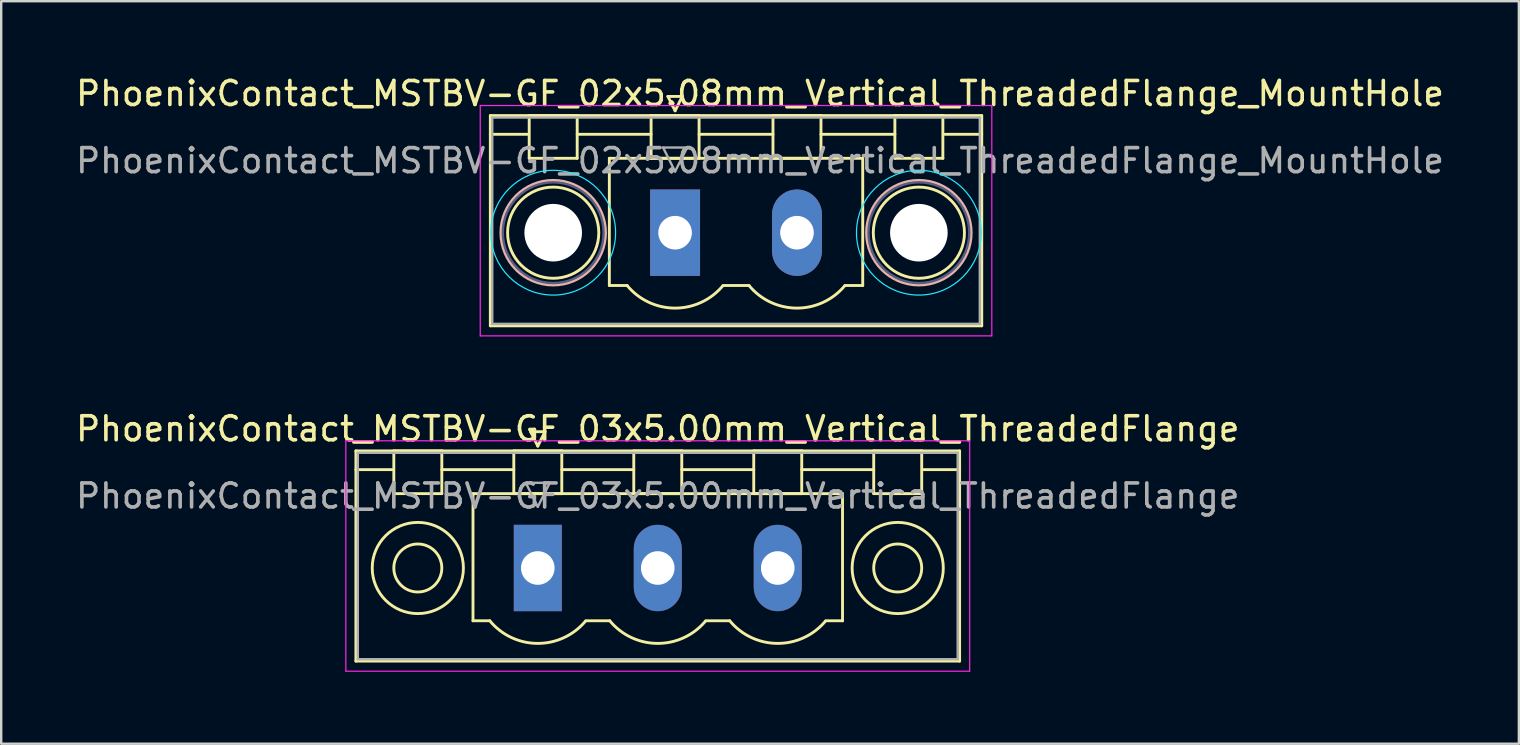
<source format=kicad_pcb>
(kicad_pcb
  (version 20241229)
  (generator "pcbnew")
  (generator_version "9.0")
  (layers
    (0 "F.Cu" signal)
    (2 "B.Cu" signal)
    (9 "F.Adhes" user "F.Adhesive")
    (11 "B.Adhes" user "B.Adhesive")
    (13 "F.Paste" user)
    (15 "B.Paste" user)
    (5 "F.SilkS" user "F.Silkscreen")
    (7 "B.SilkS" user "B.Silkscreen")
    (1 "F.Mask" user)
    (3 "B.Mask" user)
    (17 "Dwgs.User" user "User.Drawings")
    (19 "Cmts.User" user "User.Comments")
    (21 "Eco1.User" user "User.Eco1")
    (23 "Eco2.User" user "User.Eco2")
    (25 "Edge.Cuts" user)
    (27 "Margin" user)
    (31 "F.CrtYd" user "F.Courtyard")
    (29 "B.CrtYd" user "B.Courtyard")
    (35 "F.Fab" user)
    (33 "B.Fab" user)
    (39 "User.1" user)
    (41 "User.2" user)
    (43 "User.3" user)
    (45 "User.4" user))
  (footprint "PhoenixContact_MSTBV-GF_02x5.08mm_Vertical_ThreadedFlange_MountHole"
    (layer "F.Cu")
    (at 25.085 6.648)
    (property "Reference" "PhoenixContact_MSTBV-GF_02x5.08mm_Vertical_ThreadedFlange_MountHole" (at 3.54 -5.8 0) (layer "F.SilkS") (effects (font (size 1 1) (thickness 0.15))))
    (attr through_hole)
    (fp_line (start -7.7 -4.88) (end -7.7 3.88) (stroke (width 0.12) (type solid)) (layer "F.SilkS"))
    (fp_line (start -7.7 -4.1) (end -6.16 -4.1) (stroke (width 0.12) (type solid)) (layer "F.SilkS"))
    (fp_line (start -7.7 3.88) (end 12.78 3.88) (stroke (width 0.12) (type solid)) (layer "F.SilkS"))
    (fp_line (start -6.08 -4.88) (end -4.08 -4.88) (stroke (width 0.12) (type solid)) (layer "F.SilkS"))
    (fp_line (start -6.08 -3.1) (end -6.08 -4.88) (stroke (width 0.12) (type solid)) (layer "F.SilkS"))
    (fp_line (start -4.08 -4.88) (end -4.08 -3.1) (stroke (width 0.12) (type solid)) (layer "F.SilkS"))
    (fp_line (start -4.08 -4.1) (end -1 -4.1) (stroke (width 0.12) (type solid)) (layer "F.SilkS"))
    (fp_line (start -4.08 -3.1) (end -6.08 -3.1) (stroke (width 0.12) (type solid)) (layer "F.SilkS"))
    (fp_line (start -2.74 -3.1) (end 7.82 -3.1) (stroke (width 0.12) (type solid)) (layer "F.SilkS"))
    (fp_line (start -2.74 2.2) (end -2.74 -3.1) (stroke (width 0.12) (type solid)) (layer "F.SilkS"))
    (fp_line (start -2 2.2) (end -2.74 2.2) (stroke (width 0.12) (type solid)) (layer "F.SilkS"))
    (fp_line (start -1 -4.88) (end 1 -4.88) (stroke (width 0.12) (type solid)) (layer "F.SilkS"))
    (fp_line (start -1 -3.1) (end -1 -4.88) (stroke (width 0.12) (type solid)) (layer "F.SilkS"))
    (fp_line (start -0.3 -5.68) (end 0.3 -5.68) (stroke (width 0.12) (type solid)) (layer "F.SilkS"))
    (fp_line (start 0 -5.08) (end -0.3 -5.68) (stroke (width 0.12) (type solid)) (layer "F.SilkS"))
    (fp_line (start 0.3 -5.68) (end 0 -5.08) (stroke (width 0.12) (type solid)) (layer "F.SilkS"))
    (fp_line (start 1 -4.88) (end 1 -3.1) (stroke (width 0.12) (type solid)) (layer "F.SilkS"))
    (fp_line (start 1 -4.1) (end 4.08 -4.1) (stroke (width 0.12) (type solid)) (layer "F.SilkS"))
    (fp_line (start 1 -3.1) (end -1 -3.1) (stroke (width 0.12) (type solid)) (layer "F.SilkS"))
    (fp_line (start 2 2.2) (end 3.08 2.2) (stroke (width 0.12) (type solid)) (layer "F.SilkS"))
    (fp_line (start 4.08 -4.88) (end 6.08 -4.88) (stroke (width 0.12) (type solid)) (layer "F.SilkS"))
    (fp_line (start 4.08 -3.1) (end 4.08 -4.88) (stroke (width 0.12) (type solid)) (layer "F.SilkS"))
    (fp_line (start 6.08 -4.88) (end 6.08 -3.1) (stroke (width 0.12) (type solid)) (layer "F.SilkS"))
    (fp_line (start 6.08 -4.1) (end 9.16 -4.1) (stroke (width 0.12) (type solid)) (layer "F.SilkS"))
    (fp_line (start 6.08 -3.1) (end 4.08 -3.1) (stroke (width 0.12) (type solid)) (layer "F.SilkS"))
    (fp_line (start 7.82 -3.1) (end 7.82 2.2) (stroke (width 0.12) (type solid)) (layer "F.SilkS"))
    (fp_line (start 7.82 2.2) (end 7.08 2.2) (stroke (width 0.12) (type solid)) (layer "F.SilkS"))
    (fp_line (start 9.16 -4.88) (end 11.16 -4.88) (stroke (width 0.12) (type solid)) (layer "F.SilkS"))
    (fp_line (start 9.16 -3.1) (end 9.16 -4.88) (stroke (width 0.12) (type solid)) (layer "F.SilkS"))
    (fp_line (start 11.16 -4.88) (end 11.16 -3.1) (stroke (width 0.12) (type solid)) (layer "F.SilkS"))
    (fp_line (start 11.16 -3.1) (end 9.16 -3.1) (stroke (width 0.12) (type solid)) (layer "F.SilkS"))
    (fp_line (start 12.78 -4.88) (end -7.7 -4.88) (stroke (width 0.12) (type solid)) (layer "F.SilkS"))
    (fp_line (start 12.78 -4.1) (end 11.24 -4.1) (stroke (width 0.12) (type solid)) (layer "F.SilkS"))
    (fp_line (start 12.78 3.88) (end 12.78 -4.88) (stroke (width 0.12) (type solid)) (layer "F.SilkS"))
    (fp_arc (start 1.986842 2.215821) (mid -0.010289 3.142758) (end -2 2.2) (stroke (width 0.12) (type solid)) (layer "F.SilkS"))
    (fp_arc (start 7.066842 2.215821) (mid 5.069711 3.142758) (end 3.08 2.2) (stroke (width 0.12) (type solid)) (layer "F.SilkS"))
    (fp_circle (center -5.08 0) (end -3.18 0) (stroke (width 0.12) (type solid)) (fill no) (layer "F.SilkS"))
    (fp_circle (center 10.16 0) (end 12.06 0) (stroke (width 0.12) (type solid)) (fill no) (layer "F.SilkS"))
    (fp_circle (center -5.08 0) (end -2.9 0) (stroke (width 0.12) (type solid)) (fill no) (layer "B.SilkS"))
    (fp_circle (center 10.16 0) (end 12.34 0) (stroke (width 0.12) (type solid)) (fill no) (layer "B.SilkS"))
    (fp_circle (center -5.08 0) (end -2.48 0) (stroke (width 0.05) (type solid)) (fill no) (layer "B.CrtYd"))
    (fp_circle (center 10.16 0) (end 12.76 0) (stroke (width 0.05) (type solid)) (fill no) (layer "B.CrtYd"))
    (fp_line (start -8.12 -5.3) (end -8.12 4.3) (stroke (width 0.05) (type solid)) (layer "F.CrtYd"))
    (fp_line (start -8.12 4.3) (end 13.2 4.3) (stroke (width 0.05) (type solid)) (layer "F.CrtYd"))
    (fp_line (start 13.2 -5.3) (end -8.12 -5.3) (stroke (width 0.05) (type solid)) (layer "F.CrtYd"))
    (fp_line (start 13.2 4.3) (end 13.2 -5.3) (stroke (width 0.05) (type solid)) (layer "F.CrtYd"))
    (fp_circle (center -5.08 0) (end -2.98 0) (stroke (width 0.1) (type solid)) (fill no) (layer "B.Fab"))
    (fp_circle (center 10.16 0) (end 12.26 0) (stroke (width 0.1) (type solid)) (fill no) (layer "B.Fab"))
    (fp_line (start -7.62 -4.8) (end -7.62 3.8) (stroke (width 0.1) (type solid)) (layer "F.Fab"))
    (fp_line (start -7.62 3.8) (end 12.7 3.8) (stroke (width 0.1) (type solid)) (layer "F.Fab"))
    (fp_line (start -0.5 -3.55) (end 0.5 -3.55) (stroke (width 0.1) (type solid)) (layer "F.Fab"))
    (fp_line (start 0 -2.55) (end -0.5 -3.55) (stroke (width 0.1) (type solid)) (layer "F.Fab"))
    (fp_line (start 0.5 -3.55) (end 0 -2.55) (stroke (width 0.1) (type solid)) (layer "F.Fab"))
    (fp_line (start 12.7 -4.8) (end -7.62 -4.8) (stroke (width 0.1) (type solid)) (layer "F.Fab"))
    (fp_line (start 12.7 3.8) (end 12.7 -4.8) (stroke (width 0.1) (type solid)) (layer "F.Fab"))
    (fp_text user "${REFERENCE}" (at 3.54 -3 0) (layer "F.Fab") (effects (font (size 1 1) (thickness 0.15))))
    (pad "" np_thru_hole circle (at -5.08 0) (size 2.4 2.4) (drill 2.4) (layers "*.Cu" "*.Mask"))
    (pad "" np_thru_hole circle (at 10.16 0) (size 2.4 2.4) (drill 2.4) (layers "*.Cu" "*.Mask"))
    (pad "1" thru_hole rect (at 0 0) (size 2.08 3.6) (drill 1.4) (layers "*.Cu" "*.Mask"))
    (pad "2" thru_hole oval (at 5.08 0) (size 2.08 3.6) (drill 1.4) (layers "*.Cu" "*.Mask")))
  (footprint "PhoenixContact_MSTBV-GF_03x5.00mm_Vertical_ThreadedFlange"
    (layer "F.Cu")
    (at 19.363 20.622)
    (property "Reference" "PhoenixContact_MSTBV-GF_03x5.00mm_Vertical_ThreadedFlange" (at 5 -5.8 0) (layer "F.SilkS") (effects (font (size 1 1) (thickness 0.15))))
    (attr through_hole)
    (fp_line (start -7.58 -4.88) (end -7.58 3.88) (stroke (width 0.12) (type solid)) (layer "F.SilkS"))
    (fp_line (start -7.58 -4.1) (end -6.08 -4.1) (stroke (width 0.12) (type solid)) (layer "F.SilkS"))
    (fp_line (start -7.58 3.88) (end 17.58 3.88) (stroke (width 0.12) (type solid)) (layer "F.SilkS"))
    (fp_line (start -6 -4.88) (end -4 -4.88) (stroke (width 0.12) (type solid)) (layer "F.SilkS"))
    (fp_line (start -6 -3.1) (end -6 -4.88) (stroke (width 0.12) (type solid)) (layer "F.SilkS"))
    (fp_line (start -4 -4.88) (end -4 -3.1) (stroke (width 0.12) (type solid)) (layer "F.SilkS"))
    (fp_line (start -4 -4.1) (end -1 -4.1) (stroke (width 0.12) (type solid)) (layer "F.SilkS"))
    (fp_line (start -4 -3.1) (end -6 -3.1) (stroke (width 0.12) (type solid)) (layer "F.SilkS"))
    (fp_line (start -2.7 -3.1) (end 12.7 -3.1) (stroke (width 0.12) (type solid)) (layer "F.SilkS"))
    (fp_line (start -2.7 2.2) (end -2.7 -3.1) (stroke (width 0.12) (type solid)) (layer "F.SilkS"))
    (fp_line (start -2 2.2) (end -2.7 2.2) (stroke (width 0.12) (type solid)) (layer "F.SilkS"))
    (fp_line (start -1 -4.88) (end 1 -4.88) (stroke (width 0.12) (type solid)) (layer "F.SilkS"))
    (fp_line (start -1 -3.1) (end -1 -4.88) (stroke (width 0.12) (type solid)) (layer "F.SilkS"))
    (fp_line (start -0.3 -5.68) (end 0.3 -5.68) (stroke (width 0.12) (type solid)) (layer "F.SilkS"))
    (fp_line (start 0 -5.08) (end -0.3 -5.68) (stroke (width 0.12) (type solid)) (layer "F.SilkS"))
    (fp_line (start 0.3 -5.68) (end 0 -5.08) (stroke (width 0.12) (type solid)) (layer "F.SilkS"))
    (fp_line (start 1 -4.88) (end 1 -3.1) (stroke (width 0.12) (type solid)) (layer "F.SilkS"))
    (fp_line (start 1 -4.1) (end 4 -4.1) (stroke (width 0.12) (type solid)) (layer "F.SilkS"))
    (fp_line (start 1 -3.1) (end -1 -3.1) (stroke (width 0.12) (type solid)) (layer "F.SilkS"))
    (fp_line (start 2 2.2) (end 3 2.2) (stroke (width 0.12) (type solid)) (layer "F.SilkS"))
    (fp_line (start 4 -4.88) (end 6 -4.88) (stroke (width 0.12) (type solid)) (layer "F.SilkS"))
    (fp_line (start 4 -3.1) (end 4 -4.88) (stroke (width 0.12) (type solid)) (layer "F.SilkS"))
    (fp_line (start 6 -4.88) (end 6 -3.1) (stroke (width 0.12) (type solid)) (layer "F.SilkS"))
    (fp_line (start 6 -4.1) (end 9 -4.1) (stroke (width 0.12) (type solid)) (layer "F.SilkS"))
    (fp_line (start 6 -3.1) (end 4 -3.1) (stroke (width 0.12) (type solid)) (layer "F.SilkS"))
    (fp_line (start 7 2.2) (end 8 2.2) (stroke (width 0.12) (type solid)) (layer "F.SilkS"))
    (fp_line (start 9 -4.88) (end 11 -4.88) (stroke (width 0.12) (type solid)) (layer "F.SilkS"))
    (fp_line (start 9 -3.1) (end 9 -4.88) (stroke (width 0.12) (type solid)) (layer "F.SilkS"))
    (fp_line (start 11 -4.88) (end 11 -3.1) (stroke (width 0.12) (type solid)) (layer "F.SilkS"))
    (fp_line (start 11 -4.1) (end 14 -4.1) (stroke (width 0.12) (type solid)) (layer "F.SilkS"))
    (fp_line (start 11 -3.1) (end 9 -3.1) (stroke (width 0.12) (type solid)) (layer "F.SilkS"))
    (fp_line (start 12.7 -3.1) (end 12.7 2.2) (stroke (width 0.12) (type solid)) (layer "F.SilkS"))
    (fp_line (start 12.7 2.2) (end 12 2.2) (stroke (width 0.12) (type solid)) (layer "F.SilkS"))
    (fp_line (start 14 -4.88) (end 16 -4.88) (stroke (width 0.12) (type solid)) (layer "F.SilkS"))
    (fp_line (start 14 -3.1) (end 14 -4.88) (stroke (width 0.12) (type solid)) (layer "F.SilkS"))
    (fp_line (start 16 -4.88) (end 16 -3.1) (stroke (width 0.12) (type solid)) (layer "F.SilkS"))
    (fp_line (start 16 -3.1) (end 14 -3.1) (stroke (width 0.12) (type solid)) (layer "F.SilkS"))
    (fp_line (start 17.58 -4.88) (end -7.58 -4.88) (stroke (width 0.12) (type solid)) (layer "F.SilkS"))
    (fp_line (start 17.58 -4.1) (end 16.08 -4.1) (stroke (width 0.12) (type solid)) (layer "F.SilkS"))
    (fp_line (start 17.58 3.88) (end 17.58 -4.88) (stroke (width 0.12) (type solid)) (layer "F.SilkS"))
    (fp_arc (start 1.986842 2.215821) (mid -0.010289 3.142758) (end -2 2.2) (stroke (width 0.12) (type solid)) (layer "F.SilkS"))
    (fp_arc (start 6.986842 2.215821) (mid 4.989711 3.142758) (end 3 2.2) (stroke (width 0.12) (type solid)) (layer "F.SilkS"))
    (fp_arc (start 11.986842 2.215821) (mid 9.989711 3.142758) (end 8 2.2) (stroke (width 0.12) (type solid)) (layer "F.SilkS"))
    (fp_circle (center -5 0) (end -4 0) (stroke (width 0.12) (type solid)) (fill no) (layer "F.SilkS"))
    (fp_circle (center -5 0) (end -3.1 0) (stroke (width 0.12) (type solid)) (fill no) (layer "F.SilkS"))
    (fp_circle (center 15 0) (end 16 0) (stroke (width 0.12) (type solid)) (fill no) (layer "F.SilkS"))
    (fp_circle (center 15 0) (end 16.9 0) (stroke (width 0.12) (type solid)) (fill no) (layer "F.SilkS"))
    (fp_line (start -8 -5.3) (end -8 4.3) (stroke (width 0.05) (type solid)) (layer "F.CrtYd"))
    (fp_line (start -8 4.3) (end 18 4.3) (stroke (width 0.05) (type solid)) (layer "F.CrtYd"))
    (fp_line (start 18 -5.3) (end -8 -5.3) (stroke (width 0.05) (type solid)) (layer "F.CrtYd"))
    (fp_line (start 18 4.3) (end 18 -5.3) (stroke (width 0.05) (type solid)) (layer "F.CrtYd"))
    (fp_line (start -7.5 -4.8) (end -7.5 3.8) (stroke (width 0.1) (type solid)) (layer "F.Fab"))
    (fp_line (start -7.5 3.8) (end 17.5 3.8) (stroke (width 0.1) (type solid)) (layer "F.Fab"))
    (fp_line (start -0.5 -3.55) (end 0.5 -3.55) (stroke (width 0.1) (type solid)) (layer "F.Fab"))
    (fp_line (start 0 -2.55) (end -0.5 -3.55) (stroke (width 0.1) (type solid)) (layer "F.Fab"))
    (fp_line (start 0.5 -3.55) (end 0 -2.55) (stroke (width 0.1) (type solid)) (layer "F.Fab"))
    (fp_line (start 17.5 -4.8) (end -7.5 -4.8) (stroke (width 0.1) (type solid)) (layer "F.Fab"))
    (fp_line (start 17.5 3.8) (end 17.5 -4.8) (stroke (width 0.1) (type solid)) (layer "F.Fab"))
    (fp_text user "${REFERENCE}" (at 5 -3 0) (layer "F.Fab") (effects (font (size 1 1) (thickness 0.15))))
    (pad "1" thru_hole rect (at 0 0) (size 2 3.6) (drill 1.4) (layers "*.Cu" "*.Mask"))
    (pad "2" thru_hole oval (at 5 0) (size 2 3.6) (drill 1.4) (layers "*.Cu" "*.Mask"))
    (pad "3" thru_hole oval (at 10 0) (size 2 3.6) (drill 1.4) (layers "*.Cu" "*.Mask")))
  (gr_rect
    (start -3 -3)
    (end 60.25 27.947)
    (stroke (width 0.1) (type default))
    (fill no)
    (layer "Edge.Cuts")))
</source>
